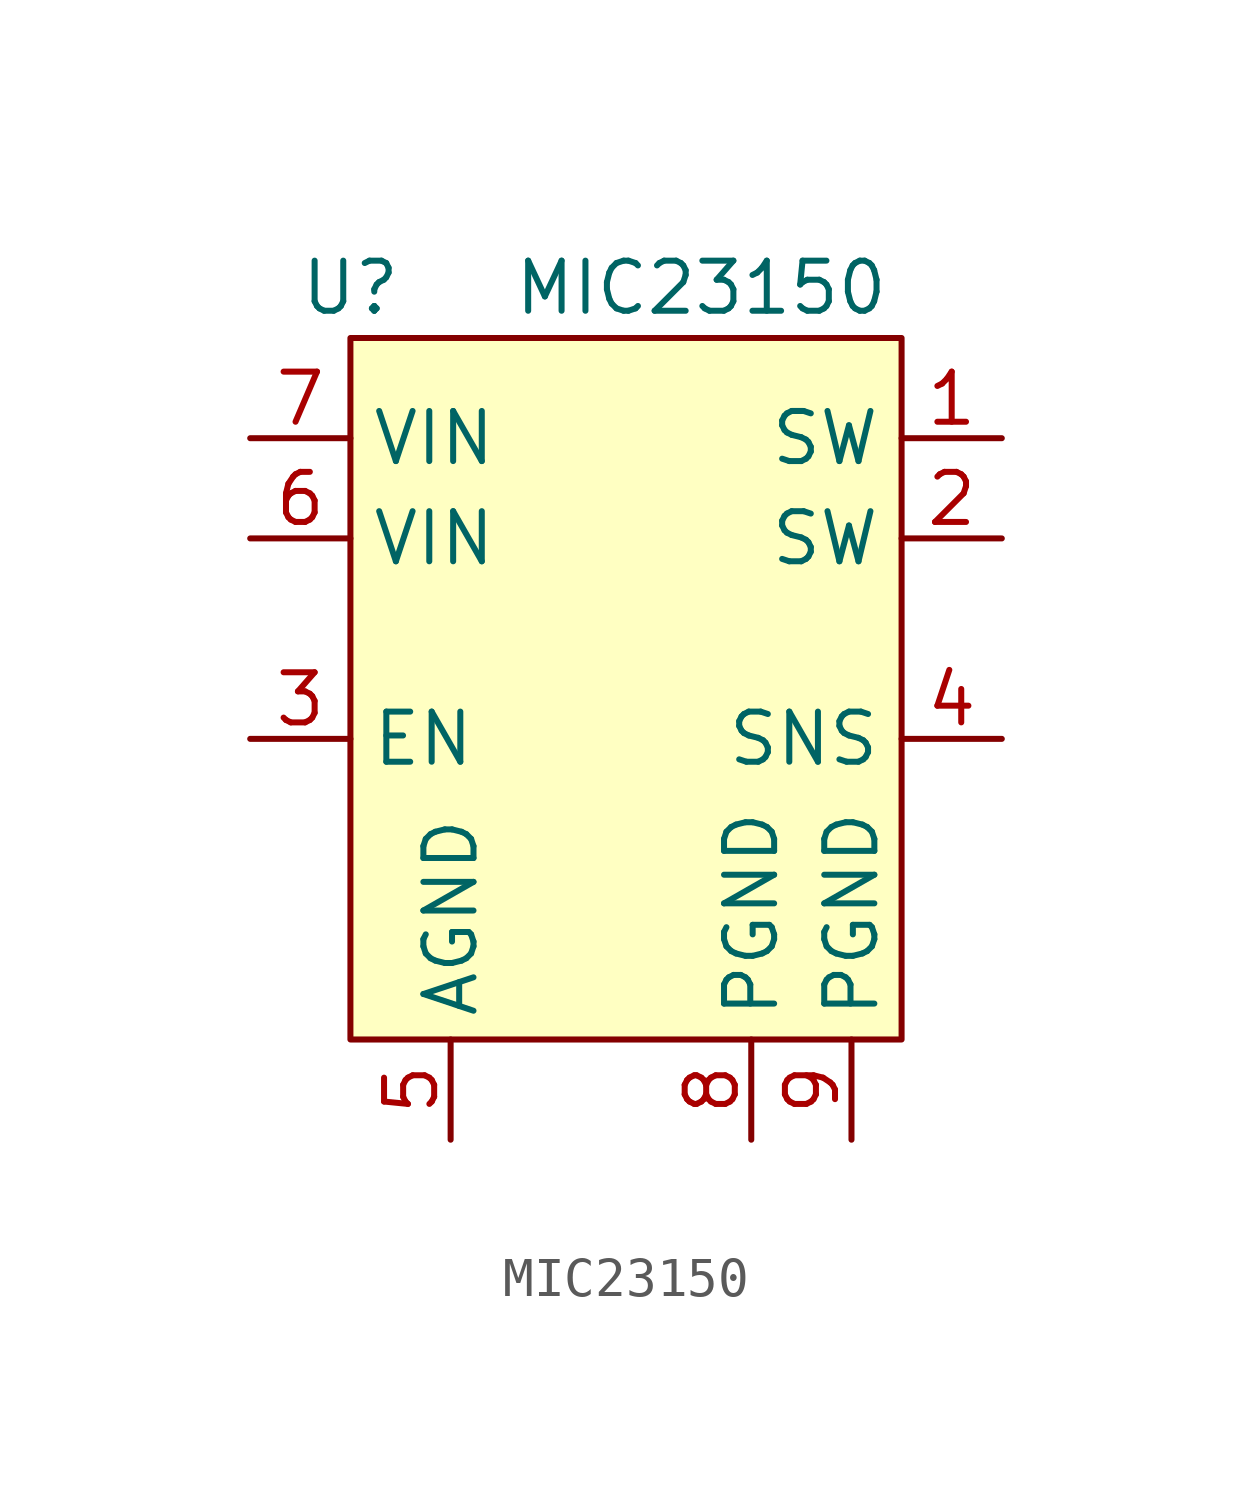
<source format=kicad_sym>
(kicad_symbol_lib
  (version 20211014)
  (generator kicad_symbol_editor)
  (symbol "MIC23150"
    (property "Reference" "U"
      (at -6.35 8.89 0)
      (effects (font (size 1.27 1.27))))
    (property "Value" "MIC23150"
      (at 2.54 8.89 0)
      (effects (font (size 1.27 1.27))))
    (symbol "MIC23150_0_1"
      (rectangle (start -6.35 7.62) (end 7.62 -10.16) (stroke (width 0) (type default) (color 0 0 0 0)) (fill (type background))))
    (symbol "MIC23150_1_1"
      (pin power_out line (at 10.16 5.08 180) (length 2.54) (name "SW" (effects (font (size 1.27 1.27)))) (number "1" (effects (font (size 1.27 1.27)))))
      (pin power_out line (at 10.16 2.54 180) (length 2.54) (name "SW" (effects (font (size 1.27 1.27)))) (number "2" (effects (font (size 1.27 1.27)))))
      (pin input line (at -8.89 -2.54 0) (length 2.54) (name "EN" (effects (font (size 1.27 1.27)))) (number "3" (effects (font (size 1.27 1.27)))))
      (pin power_out line (at 10.16 -2.54 180) (length 2.54) (name "SNS" (effects (font (size 1.27 1.27)))) (number "4" (effects (font (size 1.27 1.27)))))
      (pin power_in line (at -3.81 -12.7 90) (length 2.54) (name "AGND" (effects (font (size 1.27 1.27)))) (number "5" (effects (font (size 1.27 1.27)))))
      (pin power_in line (at -8.89 2.54 0) (length 2.54) (name "VIN" (effects (font (size 1.27 1.27)))) (number "6" (effects (font (size 1.27 1.27)))))
      (pin power_in line (at -8.89 5.08 0) (length 2.54) (name "VIN" (effects (font (size 1.27 1.27)))) (number "7" (effects (font (size 1.27 1.27)))))
      (pin power_in line (at 3.81 -12.7 90) (length 2.54) (name "PGND" (effects (font (size 1.27 1.27)))) (number "8" (effects (font (size 1.27 1.27)))))
      (pin power_in line (at 6.35 -12.7 90) (length 2.54) (name "PGND" (effects (font (size 1.27 1.27)))) (number "9" (effects (font (size 1.27 1.27))))))))
</source>
